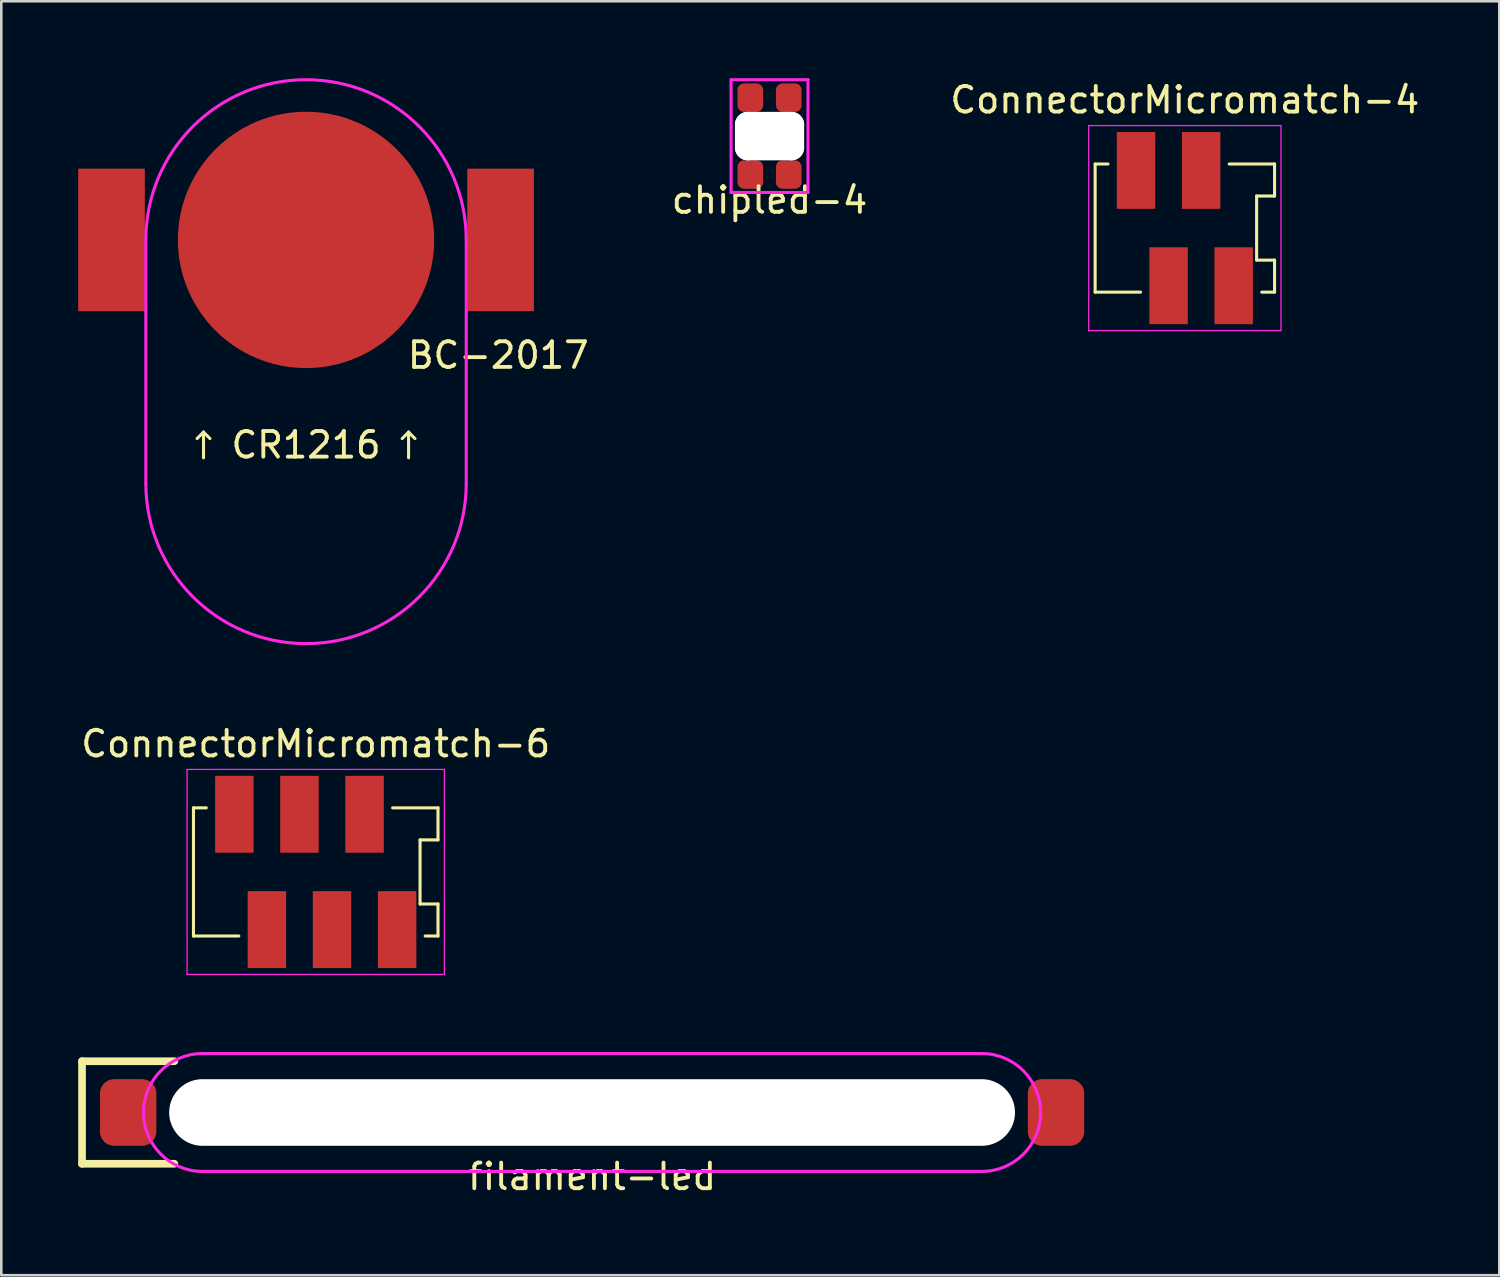
<source format=kicad_pcb>
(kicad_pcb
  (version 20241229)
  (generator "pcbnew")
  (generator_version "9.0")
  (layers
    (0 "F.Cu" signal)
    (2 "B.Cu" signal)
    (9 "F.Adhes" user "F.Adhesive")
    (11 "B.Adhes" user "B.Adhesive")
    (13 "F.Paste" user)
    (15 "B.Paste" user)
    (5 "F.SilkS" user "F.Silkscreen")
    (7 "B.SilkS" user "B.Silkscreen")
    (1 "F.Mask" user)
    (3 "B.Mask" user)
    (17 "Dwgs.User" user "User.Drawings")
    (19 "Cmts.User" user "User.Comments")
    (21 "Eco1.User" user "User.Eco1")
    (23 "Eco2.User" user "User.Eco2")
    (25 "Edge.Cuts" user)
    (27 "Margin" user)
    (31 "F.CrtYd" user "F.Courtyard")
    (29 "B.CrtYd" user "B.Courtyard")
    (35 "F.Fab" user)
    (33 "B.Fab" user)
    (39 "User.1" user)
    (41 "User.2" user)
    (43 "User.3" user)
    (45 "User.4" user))
  (footprint "chipled-4"
    (layer "F.Cu")
    (at 26.973 2.26)
    (property "Reference" "chipled-4" (at 0 2.5 0) (layer "F.SilkS") (effects (font (size 1 1) (thickness 0.15))))
    (attr through_hole)
    (fp_line (start -1.5 -2.2) (end 1.5 -2.2) (stroke (width 0.12) (type solid)) (layer "F.CrtYd"))
    (fp_line (start -1.5 2.2) (end -1.5 -2.2) (stroke (width 0.12) (type solid)) (layer "F.CrtYd"))
    (fp_line (start 1.5 -2.2) (end 1.5 2.2) (stroke (width 0.12) (type solid)) (layer "F.CrtYd"))
    (fp_line (start 1.5 2.2) (end -1.5 2.2) (stroke (width 0.12) (type solid)) (layer "F.CrtYd"))
    (pad "" np_thru_hole oval (at -0.85 0) (size 1 1.89) (drill oval 1 1.89) (layers "*.Cu" "*.Mask"))
    (pad "" np_thru_hole oval (at 0 -0.445) (size 2.7 1) (drill oval 2.7 1) (layers "*.Cu" "*.Mask"))
    (pad "" np_thru_hole oval (at 0 0.445) (size 2.7 1) (drill oval 2.7 1) (layers "*.Cu" "*.Mask"))
    (pad "" np_thru_hole oval (at 0.85 0) (size 1 1.89) (drill oval 1 1.89) (layers "*.Cu" "*.Mask"))
    (pad "1" smd roundrect (at -0.75 -1.5) (size 1 1.11) (layers "F.Cu" "F.Mask" "F.Paste") (roundrect_rratio 0.25))
    (pad "2" smd roundrect (at 0.75 -1.5) (size 1 1.11) (layers "F.Cu" "F.Mask" "F.Paste") (roundrect_rratio 0.25))
    (pad "3" smd roundrect (at 0.75 1.5) (size 1 1.11) (layers "F.Cu" "F.Mask" "F.Paste") (roundrect_rratio 0.25))
    (pad "4" smd roundrect (at -0.75 1.5) (size 1 1.11) (layers "F.Cu" "F.Mask" "F.Paste") (roundrect_rratio 0.25)))
  (footprint "ConnectorMicromatch-4"
    (layer "F.Cu")
    (at 43.176 5.848)
    (property "Reference" "ConnectorMicromatch-4" (at 0 -5 0) (layer "F.SilkS") (effects (font (size 1 1) (thickness 0.15))))
    (attr smd)
    (fp_line (start -3.5 -2.5) (end -3.5 2.5) (stroke (width 0.12) (type solid)) (layer "F.SilkS"))
    (fp_line (start -3.5 2.5) (end -1.73 2.5) (stroke (width 0.12) (type solid)) (layer "F.SilkS"))
    (fp_line (start -3 -2.5) (end -3.5 -2.5) (stroke (width 0.12) (type solid)) (layer "F.SilkS"))
    (fp_line (start 1.73 -2.5) (end 3.5 -2.5) (stroke (width 0.12) (type solid)) (layer "F.SilkS"))
    (fp_line (start 2.8 -1.25) (end 2.8 1.25) (stroke (width 0.12) (type solid)) (layer "F.SilkS"))
    (fp_line (start 2.8 1.25) (end 3.5 1.25) (stroke (width 0.12) (type solid)) (layer "F.SilkS"))
    (fp_line (start 3.5 -2.5) (end 3.5 -1.25) (stroke (width 0.12) (type solid)) (layer "F.SilkS"))
    (fp_line (start 3.5 -1.25) (end 2.8 -1.25) (stroke (width 0.12) (type solid)) (layer "F.SilkS"))
    (fp_line (start 3.5 1.25) (end 3.5 2.5) (stroke (width 0.12) (type solid)) (layer "F.SilkS"))
    (fp_line (start 3.5 2.5) (end 3 2.5) (stroke (width 0.12) (type solid)) (layer "F.SilkS"))
    (fp_line (start -3.75 -4) (end 3.75 -4) (stroke (width 0.05) (type solid)) (layer "F.CrtYd"))
    (fp_line (start -3.75 4) (end -3.75 -4) (stroke (width 0.05) (type solid)) (layer "F.CrtYd"))
    (fp_line (start 3.75 -4) (end 3.75 4) (stroke (width 0.05) (type solid)) (layer "F.CrtYd"))
    (fp_line (start 3.75 4) (end -3.75 4) (stroke (width 0.05) (type solid)) (layer "F.CrtYd"))
    (pad "1" smd rect (at 1.905 2.25) (size 1.5 3) (layers "F.Cu" "F.Mask" "F.Paste"))
    (pad "2" smd rect (at 0.635 -2.25) (size 1.5 3) (layers "F.Cu" "F.Mask" "F.Paste"))
    (pad "3" smd rect (at -0.635 2.25) (size 1.5 3) (layers "F.Cu" "F.Mask" "F.Paste"))
    (pad "4" smd rect (at -1.905 -2.25) (size 1.5 3) (layers "F.Cu" "F.Mask" "F.Paste")))
  (footprint "ConnectorMicromatch-6"
    (layer "F.Cu")
    (at 9.268 30.968)
    (property "Reference" "ConnectorMicromatch-6" (at 0 -5 0) (layer "F.SilkS") (effects (font (size 1 1) (thickness 0.15))))
    (attr smd)
    (fp_line (start -4.77 -2.5) (end -4.77 2.5) (stroke (width 0.12) (type solid)) (layer "F.SilkS"))
    (fp_line (start -4.77 2.5) (end -3 2.5) (stroke (width 0.12) (type solid)) (layer "F.SilkS"))
    (fp_line (start -4.27 -2.5) (end -4.77 -2.5) (stroke (width 0.12) (type solid)) (layer "F.SilkS"))
    (fp_line (start 3 -2.5) (end 4.77 -2.5) (stroke (width 0.12) (type solid)) (layer "F.SilkS"))
    (fp_line (start 4.07 -1.25) (end 4.07 1.25) (stroke (width 0.12) (type solid)) (layer "F.SilkS"))
    (fp_line (start 4.07 1.25) (end 4.77 1.25) (stroke (width 0.12) (type solid)) (layer "F.SilkS"))
    (fp_line (start 4.77 -2.5) (end 4.77 -1.25) (stroke (width 0.12) (type solid)) (layer "F.SilkS"))
    (fp_line (start 4.77 -1.25) (end 4.07 -1.25) (stroke (width 0.12) (type solid)) (layer "F.SilkS"))
    (fp_line (start 4.77 1.25) (end 4.77 2.5) (stroke (width 0.12) (type solid)) (layer "F.SilkS"))
    (fp_line (start 4.77 2.5) (end 4.27 2.5) (stroke (width 0.12) (type solid)) (layer "F.SilkS"))
    (fp_line (start -5.02 -4) (end 5.02 -4) (stroke (width 0.05) (type solid)) (layer "F.CrtYd"))
    (fp_line (start -5.02 4) (end -5.02 -4) (stroke (width 0.05) (type solid)) (layer "F.CrtYd"))
    (fp_line (start 5.02 -4) (end 5.02 4) (stroke (width 0.05) (type solid)) (layer "F.CrtYd"))
    (fp_line (start 5.02 4) (end -5.02 4) (stroke (width 0.05) (type solid)) (layer "F.CrtYd"))
    (pad "1" smd rect (at 3.175 2.25) (size 1.5 3) (layers "F.Cu" "F.Mask" "F.Paste"))
    (pad "2" smd rect (at 1.905 -2.25) (size 1.5 3) (layers "F.Cu" "F.Mask" "F.Paste"))
    (pad "3" smd rect (at 0.635 2.25) (size 1.5 3) (layers "F.Cu" "F.Mask" "F.Paste"))
    (pad "4" smd rect (at -0.635 -2.25) (size 1.5 3) (layers "F.Cu" "F.Mask" "F.Paste"))
    (pad "5" smd rect (at -1.905 2.25) (size 1.5 3) (layers "F.Cu" "F.Mask" "F.Paste"))
    (pad "6" smd rect (at -3.175 -2.25) (size 1.5 3) (layers "F.Cu" "F.Mask" "F.Paste")))
  (footprint "BC-2017"
    (layer "F.Cu")
    (at 8.89 6.31)
    (property "Reference" "BC-2017" (at 7.5 4.5 0) (layer "F.SilkS") (effects (font (size 1 1) (thickness 0.15))))
    (attr through_hole)
    (fp_line (start -4 7.5) (end -4.25 7.75) (stroke (width 0.12) (type solid)) (layer "F.SilkS"))
    (fp_line (start -4 7.5) (end -3.75 7.75) (stroke (width 0.12) (type solid)) (layer "F.SilkS"))
    (fp_line (start -4 8.5) (end -4 7.5) (stroke (width 0.12) (type solid)) (layer "F.SilkS"))
    (fp_line (start 4 7.5) (end 3.75 7.75) (stroke (width 0.12) (type solid)) (layer "F.SilkS"))
    (fp_line (start 4 7.5) (end 4.25 7.75) (stroke (width 0.12) (type solid)) (layer "F.SilkS"))
    (fp_line (start 4 8.5) (end 4 7.5) (stroke (width 0.12) (type solid)) (layer "F.SilkS"))
    (fp_line (start -6.25 9.5) (end -6.25 0) (stroke (width 0.12) (type solid)) (layer "F.CrtYd"))
    (fp_line (start 6.25 0) (end 6.25 9.5) (stroke (width 0.12) (type solid)) (layer "F.CrtYd"))
    (fp_arc (start -6.25 0) (mid 0 -6.25) (end 6.25 0) (stroke (width 0.12) (type solid)) (layer "F.CrtYd"))
    (fp_arc (start 6.25 9.5) (mid 0 15.75) (end -6.25 9.5) (stroke (width 0.12) (type solid)) (layer "F.CrtYd"))
    (fp_text user "CR1216" (at 0 8 0) (layer "F.SilkS") (effects (font (size 1 1) (thickness 0.15))))
    (pad "1" smd rect (at -7.59 0) (size 2.6 5.56) (layers "F.Cu" "F.Mask" "F.Paste"))
    (pad "1" smd rect (at 7.59 0) (size 2.6 5.56) (layers "F.Cu" "F.Mask" "F.Paste"))
    (pad "2" smd circle (at 0 0) (size 10 10) (layers "F.Cu" "F.Mask")))
  (footprint "filament-led"
    (layer "F.Cu")
    (at 20.05 40.353)
    (property "Reference" "filament-led" (at 0 2.5 0) (layer "F.SilkS") (effects (font (size 1 1) (thickness 0.15))))
    (attr through_hole)
    (fp_line (start -19.9 -2) (end -19.9 2) (stroke (width 0.3) (type solid)) (layer "F.SilkS"))
    (fp_line (start -19.9 2) (end -16.3 2) (stroke (width 0.3) (type solid)) (layer "F.SilkS"))
    (fp_line (start -16.3 -2) (end -19.9 -2) (stroke (width 0.3) (type solid)) (layer "F.SilkS"))
    (fp_line (start -15.2 2.3) (end 15.2 2.3) (stroke (width 0.12) (type solid)) (layer "F.CrtYd"))
    (fp_line (start 15.2 -2.3) (end -15.2 -2.3) (stroke (width 0.12) (type solid)) (layer "F.CrtYd"))
    (fp_arc (start -15.2 2.3) (mid -17.5 0) (end -15.2 -2.3) (stroke (width 0.12) (type solid)) (layer "F.CrtYd"))
    (fp_arc (start 15.2 -2.3) (mid 17.5 0) (end 15.2 2.3) (stroke (width 0.12) (type solid)) (layer "F.CrtYd"))
    (pad "" np_thru_hole oval (at 0 0) (size 33 2.6) (drill oval 33 2.6) (layers "*.Cu" "*.Mask"))
    (pad "1" smd roundrect (at -18.1 0) (size 2.2 2.6) (layers "F.Cu" "F.Mask" "F.Paste") (roundrect_rratio 0.25))
    (pad "2" smd roundrect (at 18.1 0) (size 2.2 2.6) (layers "F.Cu" "F.Mask" "F.Paste") (roundrect_rratio 0.25)))
  (gr_rect
    (start -3 -3)
    (end 55.444 46.702)
    (stroke (width 0.1) (type default))
    (fill no)
    (layer "Edge.Cuts")))
</source>
